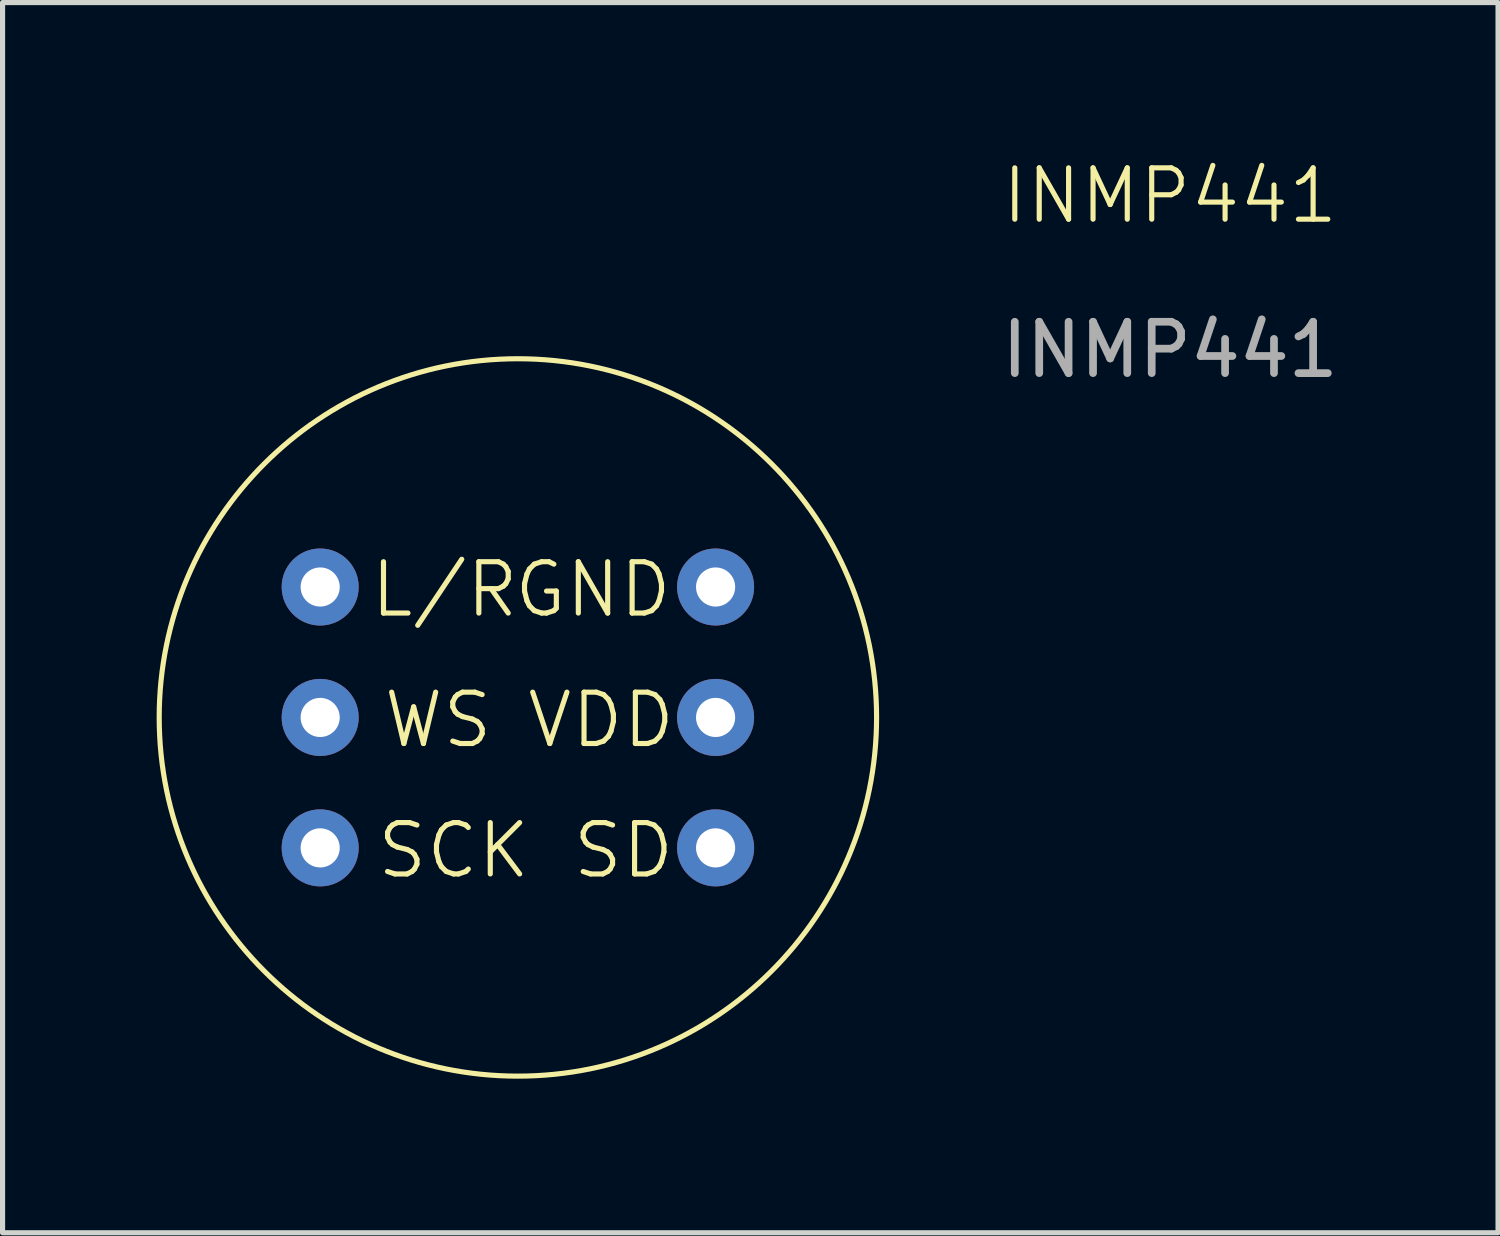
<source format=kicad_pcb>
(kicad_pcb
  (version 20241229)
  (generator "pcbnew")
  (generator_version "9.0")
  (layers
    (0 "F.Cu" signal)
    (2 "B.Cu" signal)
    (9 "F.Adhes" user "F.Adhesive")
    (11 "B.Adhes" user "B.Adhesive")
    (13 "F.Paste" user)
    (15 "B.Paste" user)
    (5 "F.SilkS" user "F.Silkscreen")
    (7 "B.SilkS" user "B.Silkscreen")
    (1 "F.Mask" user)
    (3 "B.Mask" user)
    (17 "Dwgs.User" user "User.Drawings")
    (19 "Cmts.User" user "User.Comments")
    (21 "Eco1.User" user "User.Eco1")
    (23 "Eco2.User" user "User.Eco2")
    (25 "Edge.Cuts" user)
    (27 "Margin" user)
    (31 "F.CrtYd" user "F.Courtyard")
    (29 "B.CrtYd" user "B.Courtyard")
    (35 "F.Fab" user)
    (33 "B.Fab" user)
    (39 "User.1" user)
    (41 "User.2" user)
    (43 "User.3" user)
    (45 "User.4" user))
  (footprint "INMP441"
    (layer "F.Cu")
    (at 7.035 10.921)
    (property "Reference" "INMP441" (at 12.7 -10.16 0) (unlocked yes) (layer "F.SilkS") (effects (font (size 1 1) (thickness 0.1))))
    (attr through_hole)
    (fp_circle (center 0 0) (end 0 -6.985) (stroke (width 0.1) (type default)) (fill no) (layer "F.SilkS"))
    (fp_text user "L/R" (at -2.921 -1.905 0) (unlocked yes) (layer "F.SilkS") (effects (font (size 1 1) (thickness 0.1)) (justify left bottom)))
    (fp_text user "VDD" (at 0.127 0.635 0) (unlocked yes) (layer "F.SilkS") (effects (font (size 1 1) (thickness 0.1)) (justify left bottom)))
    (fp_text user "SCK" (at -2.794 3.175 0) (unlocked yes) (layer "F.SilkS") (effects (font (size 1 1) (thickness 0.1)) (justify left bottom)))
    (fp_text user "GND" (at -0.127 -1.905 0) (unlocked yes) (layer "F.SilkS") (effects (font (size 1 1) (thickness 0.1)) (justify left bottom)))
    (fp_text user "WS" (at -2.667 0.635 0) (unlocked yes) (layer "F.SilkS") (effects (font (size 1 1) (thickness 0.1)) (justify left bottom)))
    (fp_text user "SD" (at 1.016 3.175 0) (unlocked yes) (layer "F.SilkS") (effects (font (size 1 1) (thickness 0.1)) (justify left bottom)))
    (fp_text user "${REFERENCE}" (at 12.7 -7.16 0) (unlocked yes) (layer "F.Fab") (effects (font (size 1 1) (thickness 0.15))))
    (pad "1" thru_hole circle (at 3.85 -2.54) (size 1.5 1.5) (drill 0.762) (layers "*.Cu" "*.Mask"))
    (pad "2" thru_hole circle (at 3.85 0) (size 1.5 1.5) (drill 0.762) (layers "*.Cu" "*.Mask"))
    (pad "3" thru_hole circle (at 3.85 2.54) (size 1.5 1.5) (drill 0.762) (layers "*.Cu" "*.Mask"))
    (pad "4" thru_hole circle (at -3.85 2.54) (size 1.5 1.5) (drill 0.762) (layers "*.Cu" "*.Mask"))
    (pad "5" thru_hole circle (at -3.85 0) (size 1.5 1.5) (drill 0.762) (layers "*.Cu" "*.Mask"))
    (pad "6" thru_hole circle (at -3.85 -2.54) (size 1.5 1.5) (drill 0.762) (layers "*.Cu" "*.Mask")))
  (gr_rect
    (start -3 -3)
    (end 26.122 20.956)
    (stroke (width 0.1) (type default))
    (fill no)
    (layer "Edge.Cuts")))
</source>
